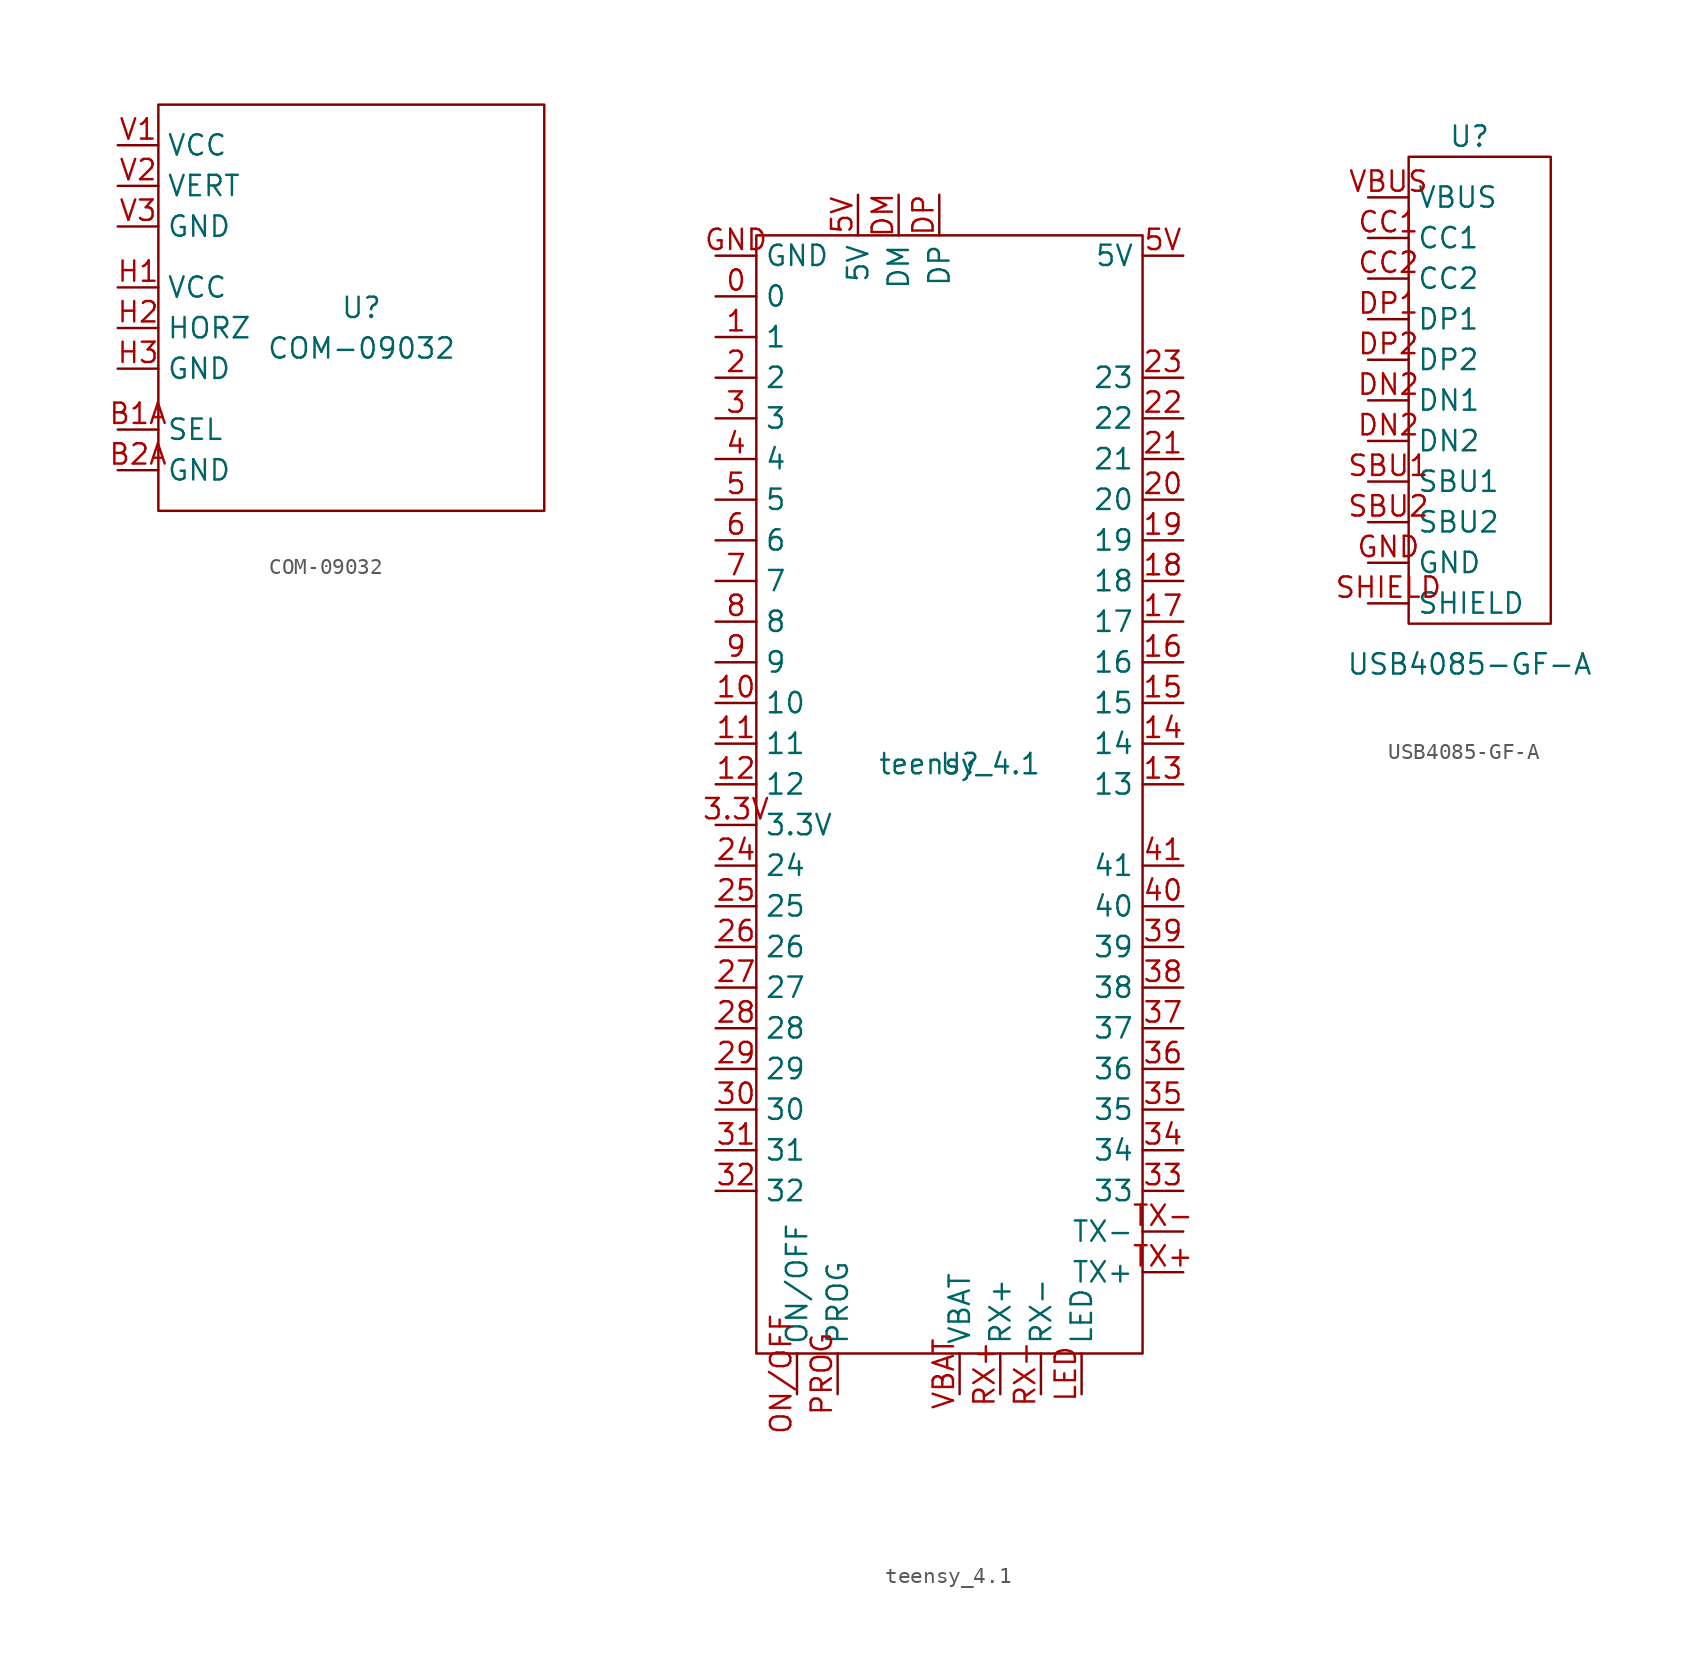
<source format=kicad_sym>
(kicad_symbol_lib
  (version 20211014)
  (generator kicad_symbol_editor)
  (symbol "COM-09032"
    (property "Reference" "U"
      (at 0 1.27 0)
      (effects (font (size 1.27 1.27))))
    (property "Value" "COM-09032"
      (at 0 -1.27 0)
      (effects (font (size 1.27 1.27))))
    (symbol "COM-09032_0_1"
      (rectangle (start -12.7 13.97) (end 11.43 -11.43) (stroke (width 0) (type default) (color 0 0 0 0)) (fill (type none))))
    (symbol "COM-09032_1_1"
      (pin output line (at -15.24 -6.35 0) (length 2.54) (name "SEL" (effects (font (size 1.27 1.27)))) (number "B1A" (effects (font (size 1.27 1.27)))))
      (pin power_in line (at -15.24 -8.89 0) (length 2.54) (name "GND" (effects (font (size 1.27 1.27)))) (number "B2A" (effects (font (size 1.27 1.27)))))
      (pin power_in line (at -15.24 2.54 0) (length 2.54) (name "VCC" (effects (font (size 1.27 1.27)))) (number "H1" (effects (font (size 1.27 1.27)))))
      (pin output line (at -15.24 0 0) (length 2.54) (name "HORZ" (effects (font (size 1.27 1.27)))) (number "H2" (effects (font (size 1.27 1.27)))))
      (pin power_in line (at -15.24 -2.54 0) (length 2.54) (name "GND" (effects (font (size 1.27 1.27)))) (number "H3" (effects (font (size 1.27 1.27)))))
      (pin power_in line (at -15.24 11.43 0) (length 2.54) (name "VCC" (effects (font (size 1.27 1.27)))) (number "V1" (effects (font (size 1.27 1.27)))))
      (pin output line (at -15.24 8.89 0) (length 2.54) (name "VERT" (effects (font (size 1.27 1.27)))) (number "V2" (effects (font (size 1.27 1.27)))))
      (pin power_in line (at -15.24 6.35 0) (length 2.54) (name "GND" (effects (font (size 1.27 1.27)))) (number "V3" (effects (font (size 1.27 1.27)))))))
  (symbol "teensy_4.1"
    (property "Reference" "U"
      (at 0 0 0)
      (effects (font (size 1.27 1.27))))
    (property "Value" "teensy_4.1"
      (at 0 0 0)
      (effects (font (size 1.27 1.27))))
    (symbol "teensy_4.1_0_1"
      (rectangle (start -12.7 33.02) (end 11.43 -36.83) (stroke (width 0) (type default) (color 0 0 0 0)) (fill (type none))))
    (symbol "teensy_4.1_1_1"
      (pin bidirectional line (at -15.24 29.21 0) (length 2.54) (name "0" (effects (font (size 1.27 1.27)))) (number "0" (effects (font (size 1.27 1.27)))))
      (pin bidirectional line (at -15.24 26.67 0) (length 2.54) (name "1" (effects (font (size 1.27 1.27)))) (number "1" (effects (font (size 1.27 1.27)))))
      (pin bidirectional line (at -15.24 3.81 0) (length 2.54) (name "10" (effects (font (size 1.27 1.27)))) (number "10" (effects (font (size 1.27 1.27)))))
      (pin bidirectional line (at -15.24 1.27 0) (length 2.54) (name "11" (effects (font (size 1.27 1.27)))) (number "11" (effects (font (size 1.27 1.27)))))
      (pin bidirectional line (at -15.24 -1.27 0) (length 2.54) (name "12" (effects (font (size 1.27 1.27)))) (number "12" (effects (font (size 1.27 1.27)))))
      (pin bidirectional line (at 13.97 -1.27 180) (length 2.54) (name "13" (effects (font (size 1.27 1.27)))) (number "13" (effects (font (size 1.27 1.27)))))
      (pin bidirectional line (at 13.97 1.27 180) (length 2.54) (name "14" (effects (font (size 1.27 1.27)))) (number "14" (effects (font (size 1.27 1.27)))))
      (pin bidirectional line (at 13.97 3.81 180) (length 2.54) (name "15" (effects (font (size 1.27 1.27)))) (number "15" (effects (font (size 1.27 1.27)))))
      (pin bidirectional line (at 13.97 6.35 180) (length 2.54) (name "16" (effects (font (size 1.27 1.27)))) (number "16" (effects (font (size 1.27 1.27)))))
      (pin bidirectional line (at 13.97 8.89 180) (length 2.54) (name "17" (effects (font (size 1.27 1.27)))) (number "17" (effects (font (size 1.27 1.27)))))
      (pin bidirectional line (at 13.97 11.43 180) (length 2.54) (name "18" (effects (font (size 1.27 1.27)))) (number "18" (effects (font (size 1.27 1.27)))))
      (pin bidirectional line (at 13.97 13.97 180) (length 2.54) (name "19" (effects (font (size 1.27 1.27)))) (number "19" (effects (font (size 1.27 1.27)))))
      (pin bidirectional line (at -15.24 24.13 0) (length 2.54) (name "2" (effects (font (size 1.27 1.27)))) (number "2" (effects (font (size 1.27 1.27)))))
      (pin bidirectional line (at 13.97 16.51 180) (length 2.54) (name "20" (effects (font (size 1.27 1.27)))) (number "20" (effects (font (size 1.27 1.27)))))
      (pin bidirectional line (at 13.97 19.05 180) (length 2.54) (name "21" (effects (font (size 1.27 1.27)))) (number "21" (effects (font (size 1.27 1.27)))))
      (pin bidirectional line (at 13.97 21.59 180) (length 2.54) (name "22" (effects (font (size 1.27 1.27)))) (number "22" (effects (font (size 1.27 1.27)))))
      (pin bidirectional line (at 13.97 24.13 180) (length 2.54) (name "23" (effects (font (size 1.27 1.27)))) (number "23" (effects (font (size 1.27 1.27)))))
      (pin bidirectional line (at -15.24 -6.35 0) (length 2.54) (name "24" (effects (font (size 1.27 1.27)))) (number "24" (effects (font (size 1.27 1.27)))))
      (pin bidirectional line (at -15.24 -8.89 0) (length 2.54) (name "25" (effects (font (size 1.27 1.27)))) (number "25" (effects (font (size 1.27 1.27)))))
      (pin bidirectional line (at -15.24 -11.43 0) (length 2.54) (name "26" (effects (font (size 1.27 1.27)))) (number "26" (effects (font (size 1.27 1.27)))))
      (pin bidirectional line (at -15.24 -13.97 0) (length 2.54) (name "27" (effects (font (size 1.27 1.27)))) (number "27" (effects (font (size 1.27 1.27)))))
      (pin bidirectional line (at -15.24 -16.51 0) (length 2.54) (name "28" (effects (font (size 1.27 1.27)))) (number "28" (effects (font (size 1.27 1.27)))))
      (pin bidirectional line (at -15.24 -19.05 0) (length 2.54) (name "29" (effects (font (size 1.27 1.27)))) (number "29" (effects (font (size 1.27 1.27)))))
      (pin bidirectional line (at -15.24 21.59 0) (length 2.54) (name "3" (effects (font (size 1.27 1.27)))) (number "3" (effects (font (size 1.27 1.27)))))
      (pin passive line (at -15.24 -3.81 0) (length 2.54) hide (name "3.3V" (effects (font (size 1.27 1.27)))) (number "3.3V" (effects (font (size 1.27 1.27)))))
      (pin passive line (at -15.24 -3.81 0) (length 2.54) hide (name "3.3V" (effects (font (size 1.27 1.27)))) (number "3.3V" (effects (font (size 1.27 1.27)))))
      (pin power_out line (at -15.24 -3.81 0) (length 2.54) (name "3.3V" (effects (font (size 1.27 1.27)))) (number "3.3V" (effects (font (size 1.27 1.27)))))
      (pin bidirectional line (at -15.24 -21.59 0) (length 2.54) (name "30" (effects (font (size 1.27 1.27)))) (number "30" (effects (font (size 1.27 1.27)))))
      (pin bidirectional line (at -15.24 -24.13 0) (length 2.54) (name "31" (effects (font (size 1.27 1.27)))) (number "31" (effects (font (size 1.27 1.27)))))
      (pin bidirectional line (at -15.24 -26.67 0) (length 2.54) (name "32" (effects (font (size 1.27 1.27)))) (number "32" (effects (font (size 1.27 1.27)))))
      (pin bidirectional line (at 13.97 -26.67 180) (length 2.54) (name "33" (effects (font (size 1.27 1.27)))) (number "33" (effects (font (size 1.27 1.27)))))
      (pin bidirectional line (at 13.97 -24.13 180) (length 2.54) (name "34" (effects (font (size 1.27 1.27)))) (number "34" (effects (font (size 1.27 1.27)))))
      (pin bidirectional line (at 13.97 -21.59 180) (length 2.54) (name "35" (effects (font (size 1.27 1.27)))) (number "35" (effects (font (size 1.27 1.27)))))
      (pin bidirectional line (at 13.97 -19.05 180) (length 2.54) (name "36" (effects (font (size 1.27 1.27)))) (number "36" (effects (font (size 1.27 1.27)))))
      (pin bidirectional line (at 13.97 -16.51 180) (length 2.54) (name "37" (effects (font (size 1.27 1.27)))) (number "37" (effects (font (size 1.27 1.27)))))
      (pin bidirectional line (at 13.97 -13.97 180) (length 2.54) (name "38" (effects (font (size 1.27 1.27)))) (number "38" (effects (font (size 1.27 1.27)))))
      (pin bidirectional line (at 13.97 -11.43 180) (length 2.54) (name "39" (effects (font (size 1.27 1.27)))) (number "39" (effects (font (size 1.27 1.27)))))
      (pin bidirectional line (at -15.24 19.05 0) (length 2.54) (name "4" (effects (font (size 1.27 1.27)))) (number "4" (effects (font (size 1.27 1.27)))))
      (pin bidirectional line (at 13.97 -8.89 180) (length 2.54) (name "40" (effects (font (size 1.27 1.27)))) (number "40" (effects (font (size 1.27 1.27)))))
      (pin bidirectional line (at 13.97 -6.35 180) (length 2.54) (name "41" (effects (font (size 1.27 1.27)))) (number "41" (effects (font (size 1.27 1.27)))))
      (pin bidirectional line (at -15.24 16.51 0) (length 2.54) (name "5" (effects (font (size 1.27 1.27)))) (number "5" (effects (font (size 1.27 1.27)))))
      (pin input line (at -6.35 35.56 270) (length 2.54) (name "5V" (effects (font (size 1.27 1.27)))) (number "5V" (effects (font (size 1.27 1.27)))))
      (pin power_in line (at 13.97 31.75 180) (length 2.54) (name "5V" (effects (font (size 1.27 1.27)))) (number "5V" (effects (font (size 1.27 1.27)))))
      (pin bidirectional line (at -15.24 13.97 0) (length 2.54) (name "6" (effects (font (size 1.27 1.27)))) (number "6" (effects (font (size 1.27 1.27)))))
      (pin bidirectional line (at -15.24 11.43 0) (length 2.54) (name "7" (effects (font (size 1.27 1.27)))) (number "7" (effects (font (size 1.27 1.27)))))
      (pin bidirectional line (at -15.24 8.89 0) (length 2.54) (name "8" (effects (font (size 1.27 1.27)))) (number "8" (effects (font (size 1.27 1.27)))))
      (pin bidirectional line (at -15.24 6.35 0) (length 2.54) (name "9" (effects (font (size 1.27 1.27)))) (number "9" (effects (font (size 1.27 1.27)))))
      (pin input line (at -3.81 35.56 270) (length 2.54) (name "DM" (effects (font (size 1.27 1.27)))) (number "DM" (effects (font (size 1.27 1.27)))))
      (pin input line (at -1.27 35.56 270) (length 2.54) (name "DP" (effects (font (size 1.27 1.27)))) (number "DP" (effects (font (size 1.27 1.27)))))
      (pin passive line (at -15.24 31.75 0) (length 2.54) hide (name "GND" (effects (font (size 1.27 1.27)))) (number "GND" (effects (font (size 1.27 1.27)))))
      (pin passive line (at -15.24 31.75 0) (length 2.54) hide (name "GND" (effects (font (size 1.27 1.27)))) (number "GND" (effects (font (size 1.27 1.27)))))
      (pin passive line (at -15.24 31.75 0) (length 2.54) hide (name "GND" (effects (font (size 1.27 1.27)))) (number "GND" (effects (font (size 1.27 1.27)))))
      (pin passive line (at -15.24 31.75 0) (length 2.54) hide (name "GND" (effects (font (size 1.27 1.27)))) (number "GND" (effects (font (size 1.27 1.27)))))
      (pin passive line (at -15.24 31.75 0) (length 2.54) hide (name "GND" (effects (font (size 1.27 1.27)))) (number "GND" (effects (font (size 1.27 1.27)))))
      (pin passive line (at -15.24 31.75 0) (length 2.54) hide (name "GND" (effects (font (size 1.27 1.27)))) (number "GND" (effects (font (size 1.27 1.27)))))
      (pin passive line (at -15.24 31.75 0) (length 2.54) hide (name "GND" (effects (font (size 1.27 1.27)))) (number "GND" (effects (font (size 1.27 1.27)))))
      (pin power_out line (at -15.24 31.75 0) (length 2.54) (name "GND" (effects (font (size 1.27 1.27)))) (number "GND" (effects (font (size 1.27 1.27)))))
      (pin input line (at 7.62 -39.37 90) (length 2.54) (name "LED" (effects (font (size 1.27 1.27)))) (number "LED" (effects (font (size 1.27 1.27)))))
      (pin input line (at -10.16 -39.37 90) (length 2.54) (name "ON/OFF" (effects (font (size 1.27 1.27)))) (number "ON/OFF" (effects (font (size 1.27 1.27)))))
      (pin input line (at -7.62 -39.37 90) (length 2.54) (name "PROG" (effects (font (size 1.27 1.27)))) (number "PROG" (effects (font (size 1.27 1.27)))))
      (pin input line (at 2.54 -39.37 90) (length 2.54) (name "RX+" (effects (font (size 1.27 1.27)))) (number "RX+" (effects (font (size 1.27 1.27)))))
      (pin input line (at 5.08 -39.37 90) (length 2.54) (name "RX-" (effects (font (size 1.27 1.27)))) (number "RX-" (effects (font (size 1.27 1.27)))))
      (pin input line (at 13.97 -31.75 180) (length 2.54) (name "TX+" (effects (font (size 1.27 1.27)))) (number "TX+" (effects (font (size 1.27 1.27)))))
      (pin input line (at 13.97 -29.21 180) (length 2.54) (name "TX-" (effects (font (size 1.27 1.27)))) (number "TX-" (effects (font (size 1.27 1.27)))))
      (pin input line (at 0 -39.37 90) (length 2.54) (name "VBAT" (effects (font (size 1.27 1.27)))) (number "VBAT" (effects (font (size 1.27 1.27)))))))
  (symbol "USB4085-GF-A"
    (property "Reference" "U"
      (at -3.81 13.97 0)
      (effects (font (size 1.27 1.27))))
    (property "Value" "USB4085-GF-A"
      (at -3.81 -19.05 0)
      (effects (font (size 1.27 1.27))))
    (symbol "USB4085-GF-A_0_1"
      (rectangle (start -7.62 12.7) (end 1.27 -16.51) (stroke (width 0) (type default) (color 0 0 0 0)) (fill (type none))))
    (symbol "USB4085-GF-A_1_1"
      (pin output line (at -10.16 7.62 0) (length 2.54) (name "CC1" (effects (font (size 1.27 1.27)))) (number "CC1" (effects (font (size 1.27 1.27)))))
      (pin output line (at -10.16 5.08 0) (length 2.54) (name "CC2" (effects (font (size 1.27 1.27)))) (number "CC2" (effects (font (size 1.27 1.27)))))
      (pin output line (at -10.16 -2.54 0) (length 2.54) (name "DN1" (effects (font (size 1.27 1.27)))) (number "DN2" (effects (font (size 1.27 1.27)))))
      (pin output line (at -10.16 -5.08 0) (length 2.54) (name "DN2" (effects (font (size 1.27 1.27)))) (number "DN2" (effects (font (size 1.27 1.27)))))
      (pin output line (at -10.16 2.54 0) (length 2.54) (name "DP1" (effects (font (size 1.27 1.27)))) (number "DP1" (effects (font (size 1.27 1.27)))))
      (pin output line (at -10.16 0 0) (length 2.54) (name "DP2" (effects (font (size 1.27 1.27)))) (number "DP2" (effects (font (size 1.27 1.27)))))
      (pin power_out line (at -10.16 -12.7 0) (length 2.54) (name "GND" (effects (font (size 1.27 1.27)))) (number "GND" (effects (font (size 1.27 1.27)))))
      (pin output line (at -10.16 -7.62 0) (length 2.54) (name "SBU1" (effects (font (size 1.27 1.27)))) (number "SBU1" (effects (font (size 1.27 1.27)))))
      (pin output line (at -10.16 -10.16 0) (length 2.54) (name "SBU2" (effects (font (size 1.27 1.27)))) (number "SBU2" (effects (font (size 1.27 1.27)))))
      (pin power_in line (at -10.16 -15.24 0) (length 2.54) (name "SHIELD" (effects (font (size 1.27 1.27)))) (number "SHIELD" (effects (font (size 1.27 1.27)))))
      (pin power_out line (at -10.16 10.16 0) (length 2.54) (name "VBUS" (effects (font (size 1.27 1.27)))) (number "VBUS" (effects (font (size 1.27 1.27))))))))
</source>
